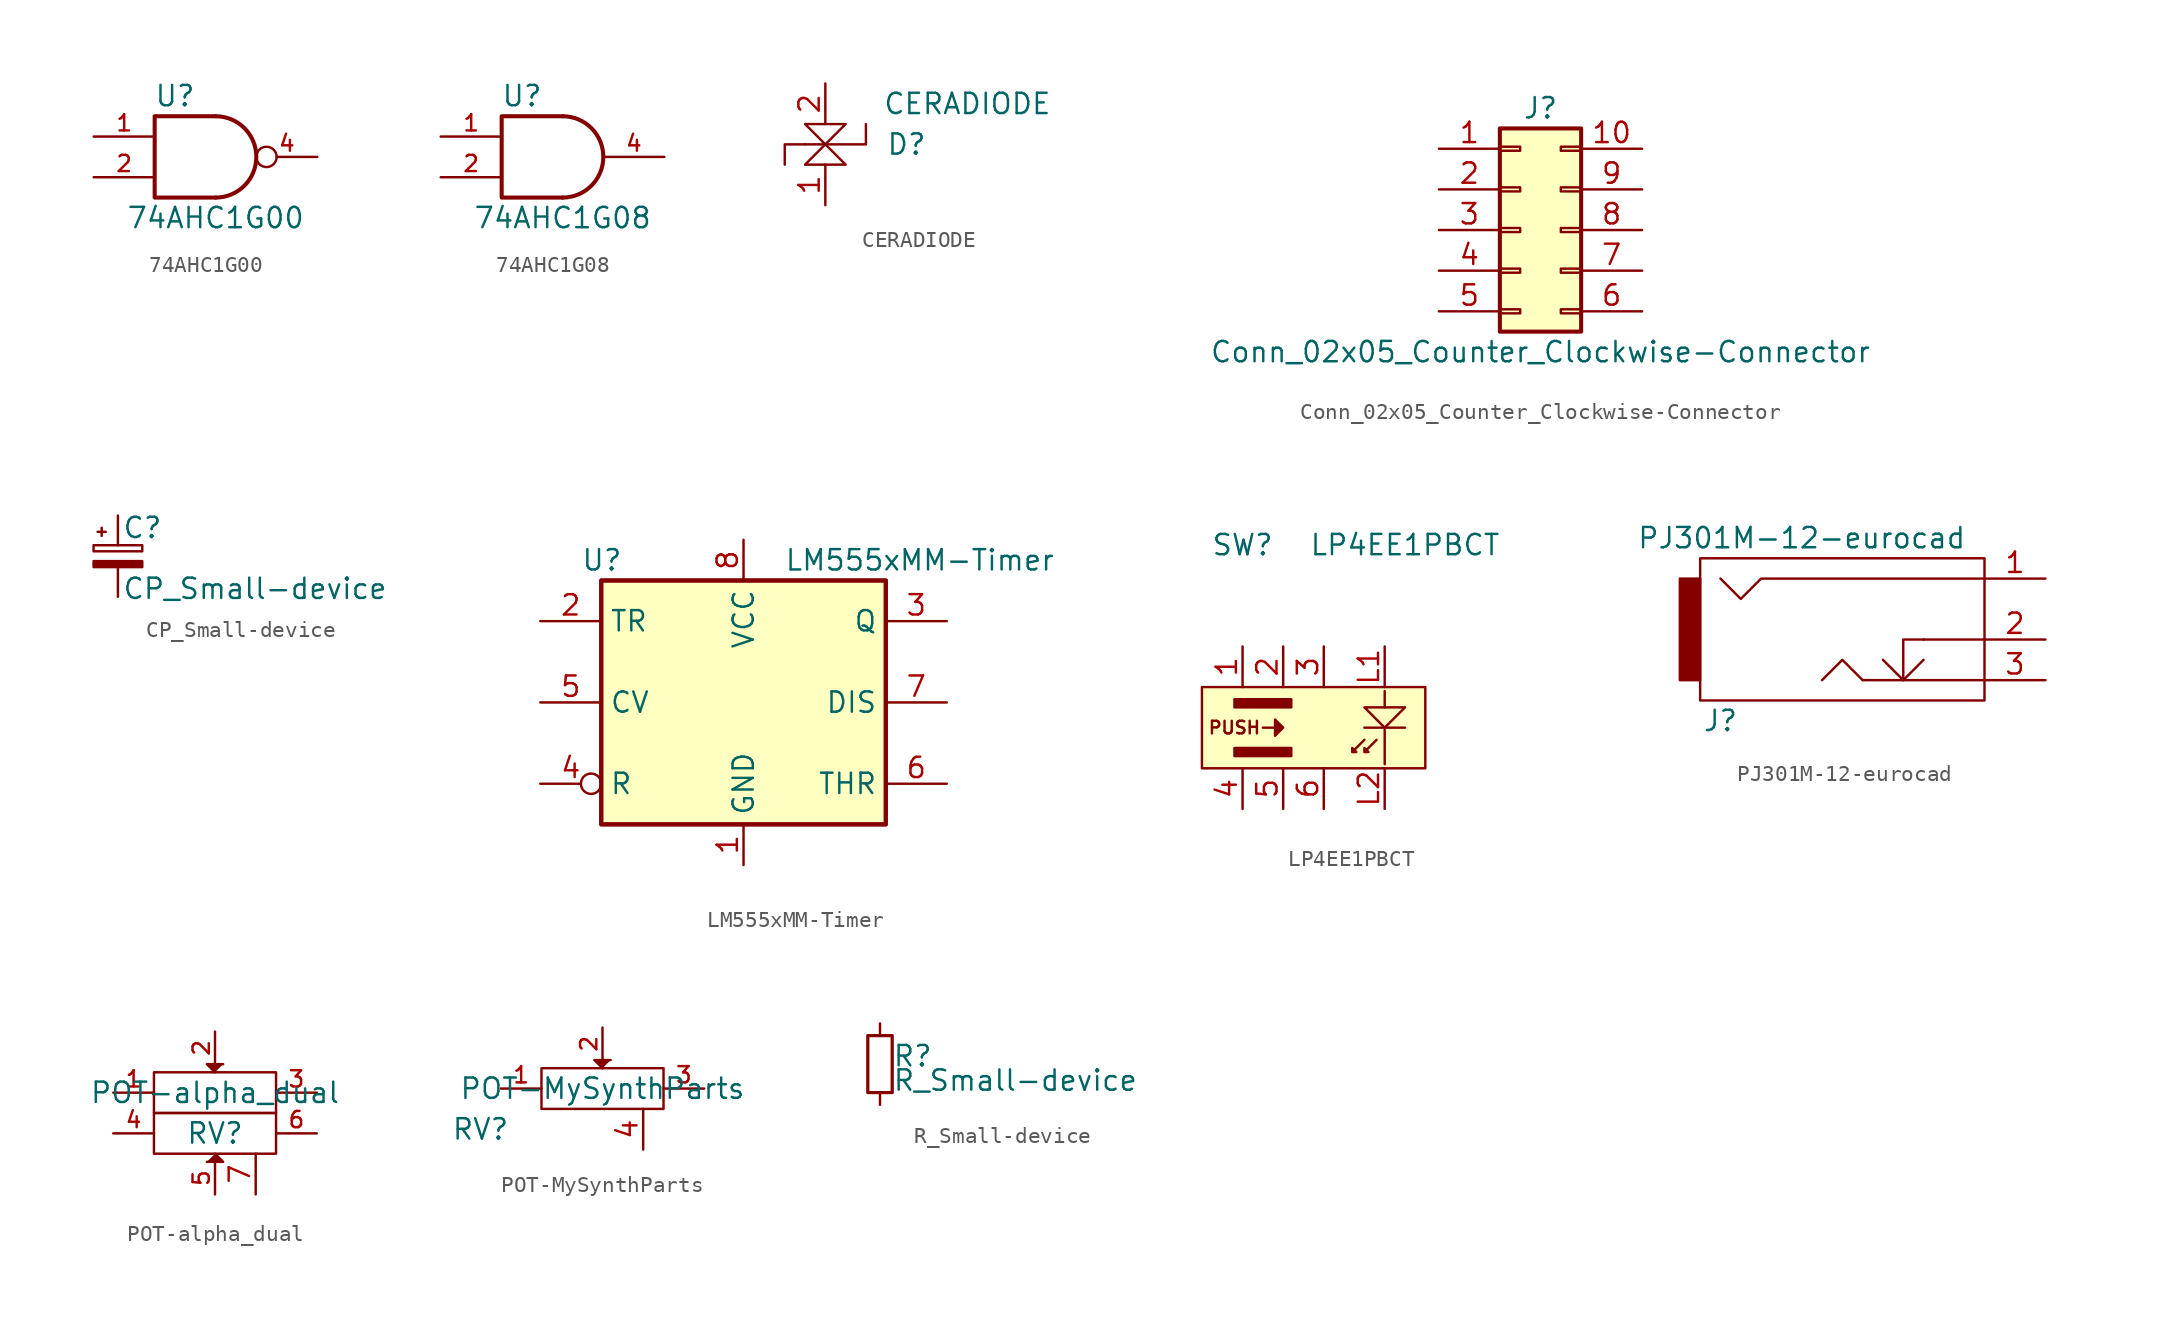
<source format=kicad_sym>
(kicad_symbol_lib
  (version 20220914)
  (generator kicad_symbol_editor)
  (symbol "74AHC1G00"
    (pin_names
      (offset 1.016))
    (property "Reference" "U"
      (at -2.54 3.81 0)
      (effects (font (size 1.27 1.27))))
    (property "Value" "74AHC1G00"
      (at 0 -3.81 0)
      (effects (font (size 1.27 1.27))))
    (symbol "74AHC1G00_0_1"
      (arc (start 0 -2.54) (mid 2.529 0) (end 0 2.54) (stroke (width 0.254) (type default)) (fill (type none)))
      (polyline (pts (xy 0 -2.54) (xy -3.81 -2.54) (xy -3.81 2.54) (xy 0 2.54)) (stroke (width 0.254) (type default)) (fill (type none))))
    (symbol "74AHC1G00_1_1"
      (pin input line (at -7.62 1.27 0) (length 3.81) (name "~" (effects (font (size 1.016 1.016)))) (number "1" (effects (font (size 1.016 1.016)))))
      (pin input line (at -7.62 -1.27 0) (length 3.81) (name "~" (effects (font (size 1.016 1.016)))) (number "2" (effects (font (size 1.016 1.016)))))
      (pin power_in line (at 0 -2.54 270) (length 0) hide (name "GND" (effects (font (size 1.016 1.016)))) (number "3" (effects (font (size 1.016 1.016)))))
      (pin output inverted (at 6.35 0 180) (length 3.81) (name "~" (effects (font (size 1.016 1.016)))) (number "4" (effects (font (size 1.016 1.016)))))
      (pin power_in line (at 0 2.54 90) (length 0) hide (name "VCC" (effects (font (size 1.016 1.016)))) (number "5" (effects (font (size 1.016 1.016)))))))
  (symbol "74AHC1G08"
    (pin_names
      (offset 1.016))
    (property "Reference" "U"
      (at -2.54 3.81 0)
      (effects (font (size 1.27 1.27))))
    (property "Value" "74AHC1G08"
      (at 0 -3.81 0)
      (effects (font (size 1.27 1.27))))
    (symbol "74AHC1G08_0_1"
      (arc (start 0 -2.54) (mid 2.529 0) (end 0 2.54) (stroke (width 0.254) (type default)) (fill (type none)))
      (polyline (pts (xy 0 -2.54) (xy -3.81 -2.54) (xy -3.81 2.54) (xy 0 2.54)) (stroke (width 0.254) (type default)) (fill (type none))))
    (symbol "74AHC1G08_1_1"
      (pin input line (at -7.62 1.27 0) (length 3.81) (name "~" (effects (font (size 1.016 1.016)))) (number "1" (effects (font (size 1.016 1.016)))))
      (pin input line (at -7.62 -1.27 0) (length 3.81) (name "~" (effects (font (size 1.016 1.016)))) (number "2" (effects (font (size 1.016 1.016)))))
      (pin power_in line (at 0 -2.54 270) (length 0) hide (name "GND" (effects (font (size 1.016 1.016)))) (number "3" (effects (font (size 1.016 1.016)))))
      (pin output line (at 6.35 0 180) (length 3.81) (name "~" (effects (font (size 1.016 1.016)))) (number "4" (effects (font (size 1.016 1.016)))))
      (pin power_in line (at 0 2.54 90) (length 0) hide (name "VCC" (effects (font (size 1.016 1.016)))) (number "5" (effects (font (size 1.016 1.016)))))))
  (symbol "CERADIODE"
    (pin_names
      (offset 1.016))
    (property "Reference" "D"
      (at 5.08 0 0)
      (effects (font (size 1.27 1.27))))
    (property "Value" "CERADIODE"
      (at 8.89 2.54 0)
      (effects (font (size 1.27 1.27))))
    (symbol "CERADIODE_0_1"
      (polyline (pts (xy -1.27 0) (xy -2.54 0) (xy -2.54 -1.27)) (stroke (width 0) (type default)) (fill (type none)))
      (polyline (pts (xy -1.27 0) (xy 2.54 0) (xy 2.54 1.27)) (stroke (width 0) (type default)) (fill (type none)))
      (polyline (pts (xy 0 0) (xy -1.27 1.27) (xy 1.27 1.27) (xy 0 0) (xy -1.27 -1.27) (xy 1.27 -1.27) (xy 0 0)) (stroke (width 0) (type default)) (fill (type none))))
    (symbol "CERADIODE_1_1"
      (pin input line (at 0 -3.81 90) (length 2.54) (name "~" (effects (font (size 1.27 1.27)))) (number "1" (effects (font (size 1.27 1.27)))))
      (pin input line (at 0 3.81 270) (length 2.54) (name "~" (effects (font (size 1.27 1.27)))) (number "2" (effects (font (size 1.27 1.27)))))))
  (symbol "Conn_02x05_Counter_Clockwise-Connector"
    (pin_names
      (offset 1.016) hide)
    (property "Reference" "J"
      (at 1.27 7.62 0)
      (effects (font (size 1.27 1.27))))
    (property "Value" "Conn_02x05_Counter_Clockwise-Connector"
      (at 1.27 -7.62 0)
      (effects (font (size 1.27 1.27))))
    (symbol "Conn_02x05_Counter_Clockwise-Connector_1_1"
      (rectangle (start -1.27 -4.953) (end 0 -5.207) (stroke (width 0.152) (type default)) (fill (type none)))
      (rectangle (start -1.27 -2.413) (end 0 -2.667) (stroke (width 0.152) (type default)) (fill (type none)))
      (rectangle (start -1.27 0.127) (end 0 -0.127) (stroke (width 0.152) (type default)) (fill (type none)))
      (rectangle (start -1.27 2.667) (end 0 2.413) (stroke (width 0.152) (type default)) (fill (type none)))
      (rectangle (start -1.27 5.207) (end 0 4.953) (stroke (width 0.152) (type default)) (fill (type none)))
      (rectangle (start -1.27 6.35) (end 3.81 -6.35) (stroke (width 0.254) (type default)) (fill (type background)))
      (rectangle (start 3.81 -4.953) (end 2.54 -5.207) (stroke (width 0.152) (type default)) (fill (type none)))
      (rectangle (start 3.81 -2.413) (end 2.54 -2.667) (stroke (width 0.152) (type default)) (fill (type none)))
      (rectangle (start 3.81 0.127) (end 2.54 -0.127) (stroke (width 0.152) (type default)) (fill (type none)))
      (rectangle (start 3.81 2.667) (end 2.54 2.413) (stroke (width 0.152) (type default)) (fill (type none)))
      (rectangle (start 3.81 5.207) (end 2.54 4.953) (stroke (width 0.152) (type default)) (fill (type none)))
      (pin passive line (at -5.08 5.08 0) (length 3.81) (name "Pin_1" (effects (font (size 1.27 1.27)))) (number "1" (effects (font (size 1.27 1.27)))))
      (pin passive line (at 7.62 5.08 180) (length 3.81) (name "Pin_10" (effects (font (size 1.27 1.27)))) (number "10" (effects (font (size 1.27 1.27)))))
      (pin passive line (at -5.08 2.54 0) (length 3.81) (name "Pin_2" (effects (font (size 1.27 1.27)))) (number "2" (effects (font (size 1.27 1.27)))))
      (pin passive line (at -5.08 0 0) (length 3.81) (name "Pin_3" (effects (font (size 1.27 1.27)))) (number "3" (effects (font (size 1.27 1.27)))))
      (pin passive line (at -5.08 -2.54 0) (length 3.81) (name "Pin_4" (effects (font (size 1.27 1.27)))) (number "4" (effects (font (size 1.27 1.27)))))
      (pin passive line (at -5.08 -5.08 0) (length 3.81) (name "Pin_5" (effects (font (size 1.27 1.27)))) (number "5" (effects (font (size 1.27 1.27)))))
      (pin passive line (at 7.62 -5.08 180) (length 3.81) (name "Pin_6" (effects (font (size 1.27 1.27)))) (number "6" (effects (font (size 1.27 1.27)))))
      (pin passive line (at 7.62 -2.54 180) (length 3.81) (name "Pin_7" (effects (font (size 1.27 1.27)))) (number "7" (effects (font (size 1.27 1.27)))))
      (pin passive line (at 7.62 0 180) (length 3.81) (name "Pin_8" (effects (font (size 1.27 1.27)))) (number "8" (effects (font (size 1.27 1.27)))))
      (pin passive line (at 7.62 2.54 180) (length 3.81) (name "Pin_9" (effects (font (size 1.27 1.27)))) (number "9" (effects (font (size 1.27 1.27)))))))
  (symbol "CP_Small-device"
    (pin_numbers hide)
    (pin_names
      (offset 0.254) hide)
    (property "Reference" "C"
      (at 0.254 1.778 0)
      (effects (font (size 1.27 1.27)) (justify left)))
    (property "Value" "CP_Small-device"
      (at 0.254 -2.032 0)
      (effects (font (size 1.27 1.27)) (justify left)))
    (symbol "CP_Small-device_0_1"
      (rectangle (start -1.524 -0.305) (end 1.524 -0.686) (stroke (width 0) (type default)) (fill (type outline)))
      (rectangle (start -1.524 0.686) (end 1.524 0.305) (stroke (width 0) (type default)) (fill (type none)))
      (polyline (pts (xy -1.27 1.524) (xy -0.762 1.524)) (stroke (width 0) (type default)) (fill (type none)))
      (polyline (pts (xy -1.016 1.27) (xy -1.016 1.778)) (stroke (width 0) (type default)) (fill (type none))))
    (symbol "CP_Small-device_1_1"
      (pin passive line (at 0 2.54 270) (length 1.854) (name "~" (effects (font (size 1.27 1.27)))) (number "1" (effects (font (size 1.27 1.27)))))
      (pin passive line (at 0 -2.54 90) (length 1.854) (name "~" (effects (font (size 1.27 1.27)))) (number "2" (effects (font (size 1.27 1.27)))))))
  (symbol "LM555xMM-Timer"
    (property "Reference" "U"
      (at -10.16 8.89 0)
      (effects (font (size 1.27 1.27)) (justify left)))
    (property "Value" "LM555xMM-Timer"
      (at 2.54 8.89 0)
      (effects (font (size 1.27 1.27)) (justify left)))
    (symbol "LM555xMM-Timer_0_0"
      (pin power_in line (at 0 -10.16 90) (length 2.54) (name "GND" (effects (font (size 1.27 1.27)))) (number "1" (effects (font (size 1.27 1.27)))))
      (pin power_in line (at 0 10.16 270) (length 2.54) (name "VCC" (effects (font (size 1.27 1.27)))) (number "8" (effects (font (size 1.27 1.27))))))
    (symbol "LM555xMM-Timer_0_1"
      (rectangle (start -8.89 -7.62) (end 8.89 7.62) (stroke (width 0.254) (type default)) (fill (type background)))
      (rectangle (start -8.89 -7.62) (end 8.89 7.62) (stroke (width 0.254) (type default)) (fill (type background))))
    (symbol "LM555xMM-Timer_1_1"
      (pin input line (at -12.7 5.08 0) (length 3.81) (name "TR" (effects (font (size 1.27 1.27)))) (number "2" (effects (font (size 1.27 1.27)))))
      (pin output line (at 12.7 5.08 180) (length 3.81) (name "Q" (effects (font (size 1.27 1.27)))) (number "3" (effects (font (size 1.27 1.27)))))
      (pin input inverted (at -12.7 -5.08 0) (length 3.81) (name "R" (effects (font (size 1.27 1.27)))) (number "4" (effects (font (size 1.27 1.27)))))
      (pin input line (at -12.7 0 0) (length 3.81) (name "CV" (effects (font (size 1.27 1.27)))) (number "5" (effects (font (size 1.27 1.27)))))
      (pin input line (at 12.7 -5.08 180) (length 3.81) (name "THR" (effects (font (size 1.27 1.27)))) (number "6" (effects (font (size 1.27 1.27)))))
      (pin input line (at 12.7 0 180) (length 3.81) (name "DIS" (effects (font (size 1.27 1.27)))) (number "7" (effects (font (size 1.27 1.27)))))))
  (symbol "LP4EE1PBCT"
    (pin_names
      (offset 1.016))
    (property "Reference" "SW"
      (at -2.54 11.43 0)
      (effects (font (size 1.27 1.27))))
    (property "Value" "LP4EE1PBCT"
      (at 7.62 11.43 0)
      (effects (font (size 1.27 1.27))))
    (symbol "LP4EE1PBCT_0_0"
      (polyline (pts (xy -1.27 0) (xy 0 0) (xy -0.508 0.508) (xy -0.508 -0.508) (xy 0 0)) (stroke (width 0) (type default)) (fill (type outline)))
      (text "PUSH" (at -3.048 0 0) (effects (font (size 0.787 0.787)))))
    (symbol "LP4EE1PBCT_0_1"
      (rectangle (start -5.08 2.54) (end 8.89 -2.54) (stroke (width 0) (type default)) (fill (type background)))
      (rectangle (start -3.048 1.778) (end 0.508 1.27) (stroke (width 0) (type default)) (fill (type outline)))
      (polyline (pts (xy 6.35 0) (xy 6.35 -2.286)) (stroke (width 0) (type default)) (fill (type none)))
      (polyline (pts (xy 6.35 1.27) (xy 6.35 2.286)) (stroke (width 0) (type default)) (fill (type none)))
      (polyline (pts (xy 7.62 0) (xy 5.08 0)) (stroke (width 0) (type default)) (fill (type none)))
      (polyline (pts (xy 7.62 1.27) (xy 6.35 0) (xy 5.08 1.27) (xy 7.62 1.27)) (stroke (width 0) (type default)) (fill (type none)))
      (polyline (pts (xy 5.08 -0.762) (xy 4.318 -1.524) (xy 4.572 -1.524) (xy 4.318 -1.27) (xy 4.318 -1.524)) (stroke (width 0) (type default)) (fill (type none)))
      (polyline (pts (xy 5.842 -0.762) (xy 5.08 -1.524) (xy 5.334 -1.524) (xy 5.08 -1.27) (xy 5.08 -1.524)) (stroke (width 0) (type default)) (fill (type none))))
    (symbol "LP4EE1PBCT_1_1"
      (rectangle (start -3.048 -1.27) (end 0.508 -1.778) (stroke (width 0) (type default)) (fill (type outline)))
      (pin input line (at -2.54 5.08 270) (length 2.54) (name "~" (effects (font (size 1.27 1.27)))) (number "1" (effects (font (size 1.27 1.27)))))
      (pin input line (at 0 5.08 270) (length 2.54) (name "~" (effects (font (size 1.27 1.27)))) (number "2" (effects (font (size 1.27 1.27)))))
      (pin input line (at 2.54 5.08 270) (length 2.54) (name "~" (effects (font (size 1.27 1.27)))) (number "3" (effects (font (size 1.27 1.27)))))
      (pin input line (at -2.54 -5.08 90) (length 2.54) (name "~" (effects (font (size 1.27 1.27)))) (number "4" (effects (font (size 1.27 1.27)))))
      (pin input line (at 0 -5.08 90) (length 2.54) (name "~" (effects (font (size 1.27 1.27)))) (number "5" (effects (font (size 1.27 1.27)))))
      (pin input line (at 2.54 -5.08 90) (length 2.54) (name "~" (effects (font (size 1.27 1.27)))) (number "6" (effects (font (size 1.27 1.27)))))
      (pin input line (at 6.35 5.08 270) (length 2.54) (name "~" (effects (font (size 1.27 1.27)))) (number "L1" (effects (font (size 1.27 1.27)))))
      (pin input line (at 6.35 -5.08 90) (length 2.54) (name "~" (effects (font (size 1.27 1.27)))) (number "L2" (effects (font (size 1.27 1.27)))))))
  (symbol "PJ301M-12-eurocad"
    (pin_names
      (offset 1.016))
    (property "Reference" "J"
      (at -8.89 -5.08 0)
      (effects (font (size 1.27 1.27))))
    (property "Value" "PJ301M-12-eurocad"
      (at -3.81 6.35 0)
      (effects (font (size 1.27 1.27))))
    (property "Footprint" ""
      (at 0 0 0)
      (effects (font (size 1.27 1.27))))
    (property "Datasheet" ""
      (at 0 0 0)
      (effects (font (size 1.27 1.27))))
    (symbol "PJ301M-12-eurocad_0_1"
      (rectangle (start -11.43 3.81) (end -10.16 -2.54) (stroke (width 0) (type default)) (fill (type outline)))
      (polyline (pts (xy 3.81 0) (xy 7.62 0) (xy 7.62 0)) (stroke (width 0) (type default)) (fill (type none)))
      (polyline (pts (xy 0 -2.54) (xy -1.27 -1.27) (xy -2.54 -2.54) (xy -2.54 -2.54)) (stroke (width 0) (type default)) (fill (type none)))
      (polyline (pts (xy 0 -2.54) (xy 7.62 -2.54) (xy 7.62 -2.54) (xy 7.62 -2.54)) (stroke (width 0) (type default)) (fill (type none)))
      (polyline (pts (xy 1.27 -1.27) (xy 2.54 -2.54) (xy 3.81 -1.27) (xy 3.81 -1.27)) (stroke (width 0) (type default)) (fill (type none)))
      (polyline (pts (xy 3.81 0) (xy 2.54 0) (xy 2.54 -2.54) (xy 2.54 -2.54)) (stroke (width 0) (type default)) (fill (type none)))
      (polyline (pts (xy 7.62 3.81) (xy -6.35 3.81) (xy -7.62 2.54) (xy -8.89 3.81) (xy -8.89 3.81)) (stroke (width 0) (type default)) (fill (type none)))
      (rectangle (start 7.62 -3.81) (end -10.16 5.08) (stroke (width 0) (type default)) (fill (type none))))
    (symbol "PJ301M-12-eurocad_1_1"
      (pin passive line (at 11.43 3.81 180) (length 3.81) (name "~" (effects (font (size 1.27 1.27)))) (number "1" (effects (font (size 1.27 1.27)))))
      (pin passive line (at 11.43 0 180) (length 3.81) (name "~" (effects (font (size 1.27 1.27)))) (number "2" (effects (font (size 1.27 1.27)))))
      (pin passive line (at 11.43 -2.54 180) (length 3.81) (name "~" (effects (font (size 1.27 1.27)))) (number "3" (effects (font (size 1.27 1.27)))))))
  (symbol "POT-alpha_dual"
    (pin_names
      (offset 1.016) hide)
    (property "Reference" "RV"
      (at 0 -2.54 0)
      (effects (font (size 1.27 1.27))))
    (property "Value" "POT-alpha_dual"
      (at 0 0 0)
      (effects (font (size 1.27 1.27))))
    (property "Footprint" ""
      (at 0 0 0)
      (effects (font (size 1.524 1.524))))
    (property "Datasheet" ""
      (at 0 0 0)
      (effects (font (size 1.524 1.524))))
    (symbol "POT-alpha_dual_0_1"
      (rectangle (start -3.81 1.27) (end 3.81 -1.27) (stroke (width 0) (type default)) (fill (type none)))
      (polyline (pts (xy 0 1.27) (xy -0.508 1.778) (xy 0.508 1.778)) (stroke (width 0) (type default)) (fill (type outline))))
    (symbol "POT-alpha_dual_1_1"
      (polyline (pts (xy 0 -3.81) (xy 0.508 -4.318) (xy -0.508 -4.318)) (stroke (width 0) (type default)) (fill (type outline)))
      (rectangle (start 3.81 -3.81) (end -3.81 -1.27) (stroke (width 0) (type default)) (fill (type none)))
      (pin passive line (at -6.35 0 0) (length 2.54) (name "1" (effects (font (size 1.016 1.016)))) (number "1" (effects (font (size 1.016 1.016)))))
      (pin passive line (at 0 3.81 270) (length 2.032) (name "2" (effects (font (size 1.016 1.016)))) (number "2" (effects (font (size 1.016 1.016)))))
      (pin passive line (at 6.35 0 180) (length 2.54) (name "3" (effects (font (size 1.016 1.016)))) (number "3" (effects (font (size 1.016 1.016)))))
      (pin passive line (at -6.35 -2.54 0) (length 2.54) (name "4" (effects (font (size 1.016 1.016)))) (number "4" (effects (font (size 1.016 1.016)))))
      (pin passive line (at 0 -6.35 90) (length 2.032) (name "5" (effects (font (size 1.016 1.016)))) (number "5" (effects (font (size 1.016 1.016)))))
      (pin passive line (at 6.35 -2.54 180) (length 2.54) (name "6" (effects (font (size 1.016 1.016)))) (number "6" (effects (font (size 1.016 1.016)))))
      (pin passive line (at 2.54 -6.35 90) (length 2.54) (name "shield" (effects (font (size 1.27 1.27)))) (number "7" (effects (font (size 1.27 1.27)))))))
  (symbol "POT-MySynthParts"
    (pin_names
      (offset 1.016) hide)
    (property "Reference" "RV"
      (at -7.62 -2.54 0)
      (effects (font (size 1.27 1.27))))
    (property "Value" "POT-MySynthParts"
      (at 0 0 0)
      (effects (font (size 1.27 1.27))))
    (property "Footprint" ""
      (at 0 0 0)
      (effects (font (size 1.524 1.524))))
    (property "Datasheet" ""
      (at 0 0 0)
      (effects (font (size 1.524 1.524))))
    (symbol "POT-MySynthParts_0_1"
      (rectangle (start -3.81 1.27) (end 3.81 -1.27) (stroke (width 0) (type default)) (fill (type none)))
      (polyline (pts (xy 0 1.27) (xy -0.508 1.778) (xy 0.508 1.778)) (stroke (width 0) (type default)) (fill (type outline))))
    (symbol "POT-MySynthParts_1_1"
      (pin passive line (at -6.35 0 0) (length 2.54) (name "1" (effects (font (size 1.016 1.016)))) (number "1" (effects (font (size 1.016 1.016)))))
      (pin passive line (at 0 3.81 270) (length 2.032) (name "2" (effects (font (size 1.016 1.016)))) (number "2" (effects (font (size 1.016 1.016)))))
      (pin passive line (at 6.35 0 180) (length 2.54) (name "3" (effects (font (size 1.016 1.016)))) (number "3" (effects (font (size 1.016 1.016)))))
      (pin passive line (at 2.54 -3.81 90) (length 2.54) (name "shield" (effects (font (size 1.27 1.27)))) (number "4" (effects (font (size 1.27 1.27)))))))
  (symbol "R_Small-device"
    (pin_numbers hide)
    (pin_names
      (offset 0.254) hide)
    (property "Reference" "R"
      (at 0.762 0.508 0)
      (effects (font (size 1.27 1.27)) (justify left)))
    (property "Value" "R_Small-device"
      (at 0.762 -1.016 0)
      (effects (font (size 1.27 1.27)) (justify left)))
    (symbol "R_Small-device_0_1"
      (rectangle (start -0.762 1.778) (end 0.762 -1.778) (stroke (width 0.203) (type default)) (fill (type none))))
    (symbol "R_Small-device_1_1"
      (pin passive line (at 0 2.54 270) (length 0.762) (name "~" (effects (font (size 1.27 1.27)))) (number "1" (effects (font (size 1.27 1.27)))))
      (pin passive line (at 0 -2.54 90) (length 0.762) (name "~" (effects (font (size 1.27 1.27)))) (number "2" (effects (font (size 1.27 1.27))))))))
</source>
